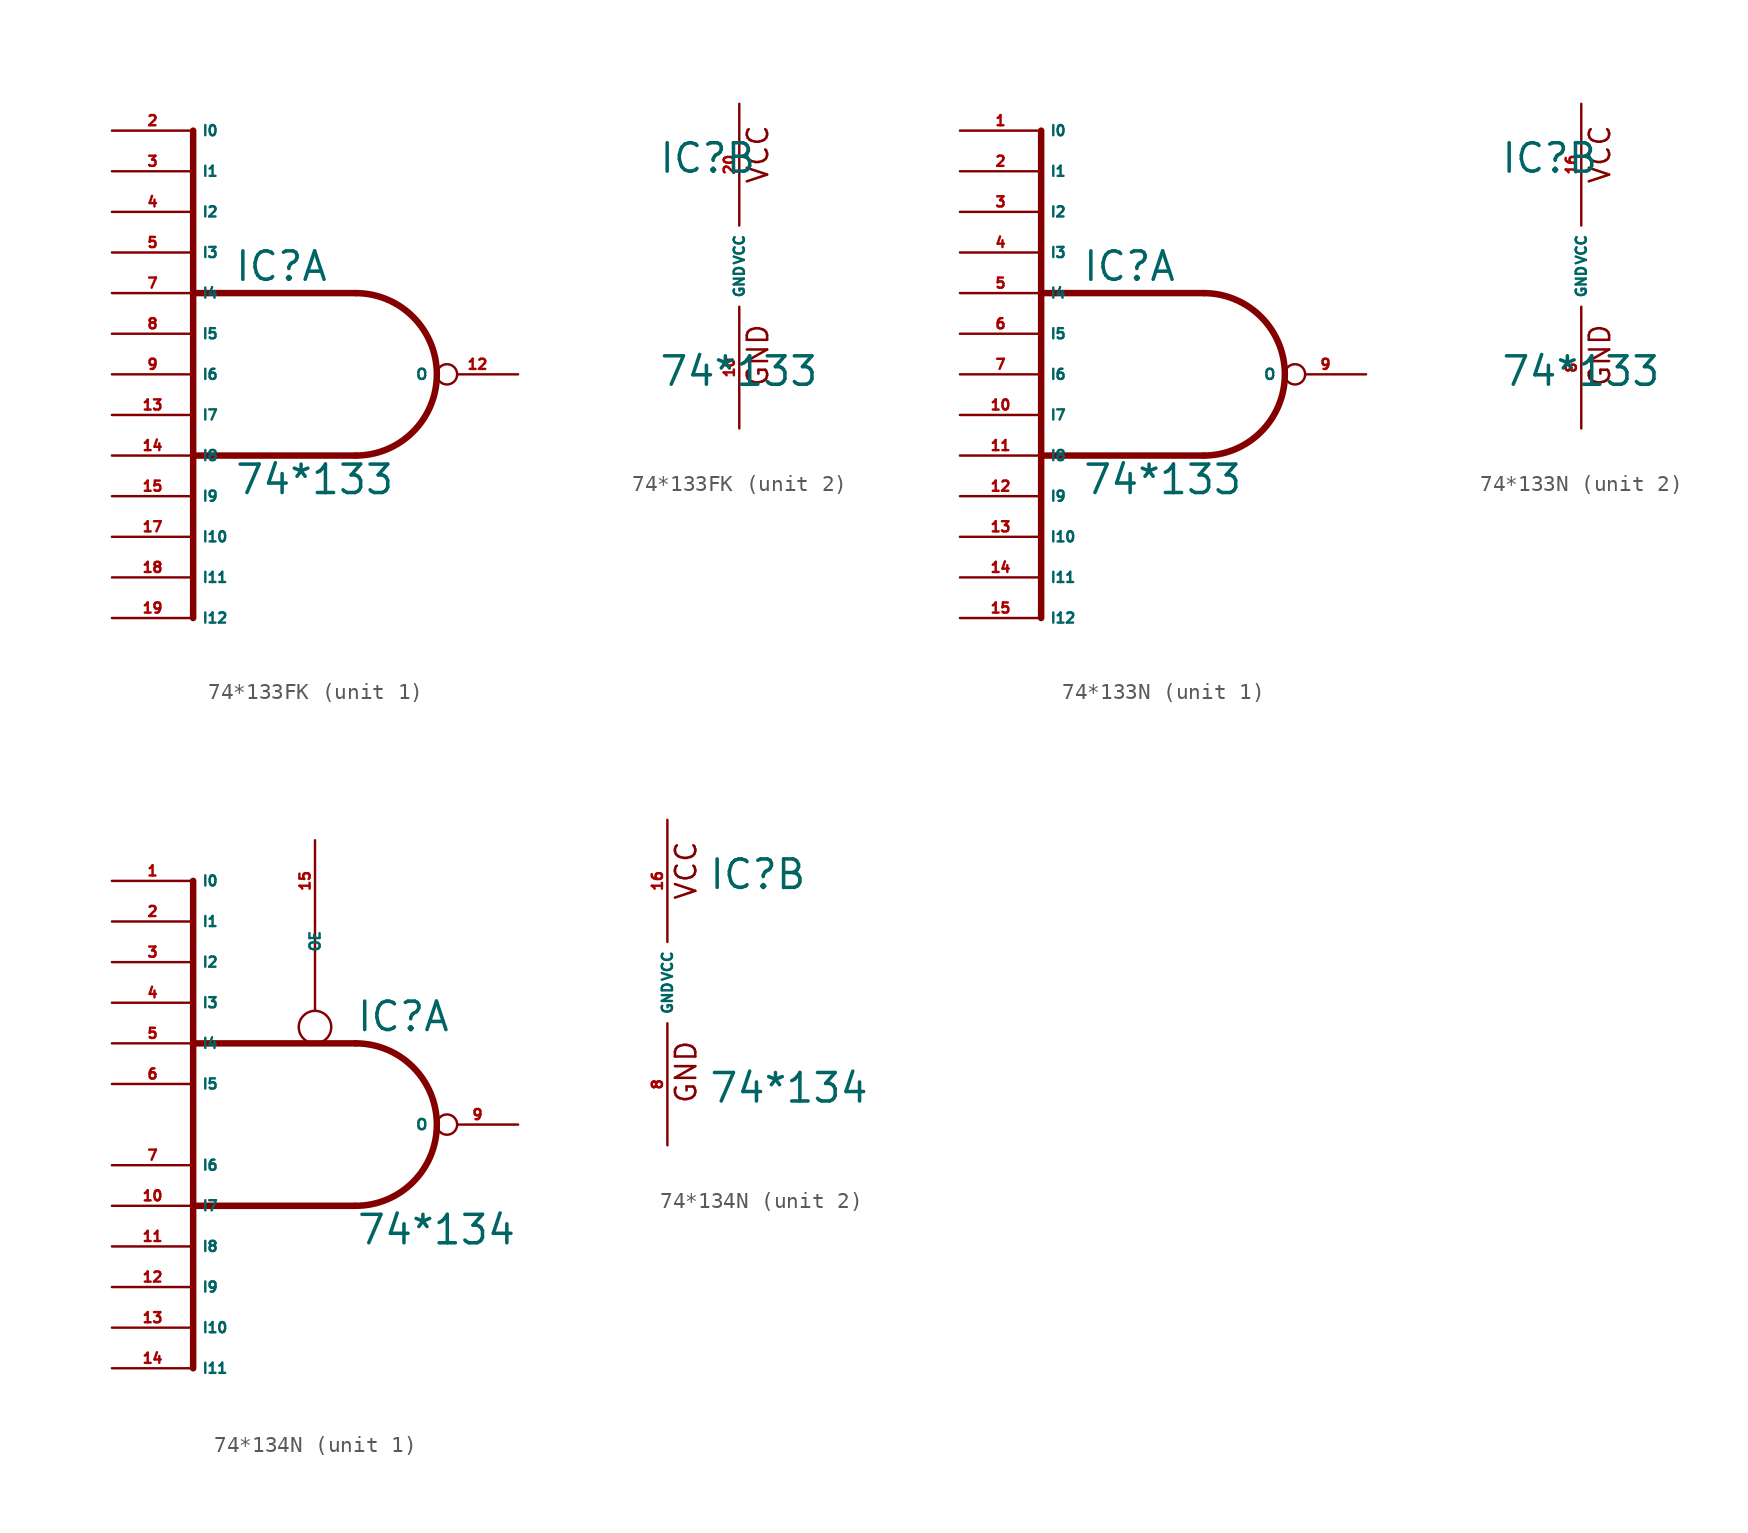
<source format=kicad_sym>
(kicad_symbol_lib
  (version 20220914)
  (generator Eagle2Kicad)
  (symbol "74*133FK"
    (property "Reference" "IC"
      (at -5.08 5.715 0)
      (effects (font (size 1.778 1.778) (thickness 0.22)) (justify left bottom)))
    (property "Value" "74*133"
      (at -5.08 -7.62 0)
      (effects (font (size 1.778 1.778) (thickness 0.22)) (justify left bottom)))
    (symbol "74*133FK_1_0"
      (polyline (pts (xy 2.54 5.08) (xy -7.62 5.08)) (stroke (width 0.406) (type default)) (fill (type none)))
      (polyline (pts (xy -7.62 -5.08) (xy 2.54 -5.08)) (stroke (width 0.406) (type default)) (fill (type none)))
      (polyline (pts (xy -7.62 15.24) (xy -7.62 -15.24)) (stroke (width 0.406) (type default)) (fill (type none)))
      (arc (start 2.54 -5.08) (mid 7.620 0.000) (end 2.54 5.08) (stroke (width 0.4064) (type default)) (fill (type none)))
      (pin input line (at -12.7 15.24 0) (length 5.08) (name "I0" (effects (font (size 0.635 0.635) (thickness 0.08)) (justify left bottom))) (number "2" (effects (font (size 0.635 0.635) (thickness 0.08)) (justify left bottom))))
      (pin input line (at -12.7 12.7 0) (length 5.08) (name "I1" (effects (font (size 0.635 0.635) (thickness 0.08)) (justify left bottom))) (number "3" (effects (font (size 0.635 0.635) (thickness 0.08)) (justify left bottom))))
      (pin input line (at -12.7 10.16 0) (length 5.08) (name "I2" (effects (font (size 0.635 0.635) (thickness 0.08)) (justify left bottom))) (number "4" (effects (font (size 0.635 0.635) (thickness 0.08)) (justify left bottom))))
      (pin input line (at -12.7 7.62 0) (length 5.08) (name "I3" (effects (font (size 0.635 0.635) (thickness 0.08)) (justify left bottom))) (number "5" (effects (font (size 0.635 0.635) (thickness 0.08)) (justify left bottom))))
      (pin input line (at -12.7 5.08 0) (length 5.08) (name "I4" (effects (font (size 0.635 0.635) (thickness 0.08)) (justify left bottom))) (number "7" (effects (font (size 0.635 0.635) (thickness 0.08)) (justify left bottom))))
      (pin input line (at -12.7 2.54 0) (length 5.08) (name "I5" (effects (font (size 0.635 0.635) (thickness 0.08)) (justify left bottom))) (number "8" (effects (font (size 0.635 0.635) (thickness 0.08)) (justify left bottom))))
      (pin input line (at -12.7 0 0) (length 5.08) (name "I6" (effects (font (size 0.635 0.635) (thickness 0.08)) (justify left bottom))) (number "9" (effects (font (size 0.635 0.635) (thickness 0.08)) (justify left bottom))))
      (pin output inverted (at 12.7 0 180) (length 5.08) (name "O" (effects (font (size 0.635 0.635) (thickness 0.08)) (justify left bottom))) (number "12" (effects (font (size 0.635 0.635) (thickness 0.08)) (justify left bottom))))
      (pin input line (at -12.7 -2.54 0) (length 5.08) (name "I7" (effects (font (size 0.635 0.635) (thickness 0.08)) (justify left bottom))) (number "13" (effects (font (size 0.635 0.635) (thickness 0.08)) (justify left bottom))))
      (pin input line (at -12.7 -5.08 0) (length 5.08) (name "I8" (effects (font (size 0.635 0.635) (thickness 0.08)) (justify left bottom))) (number "14" (effects (font (size 0.635 0.635) (thickness 0.08)) (justify left bottom))))
      (pin input line (at -12.7 -7.62 0) (length 5.08) (name "I9" (effects (font (size 0.635 0.635) (thickness 0.08)) (justify left bottom))) (number "15" (effects (font (size 0.635 0.635) (thickness 0.08)) (justify left bottom))))
      (pin input line (at -12.7 -10.16 0) (length 5.08) (name "I10" (effects (font (size 0.635 0.635) (thickness 0.08)) (justify left bottom))) (number "17" (effects (font (size 0.635 0.635) (thickness 0.08)) (justify left bottom))))
      (pin input line (at -12.7 -12.7 0) (length 5.08) (name "I11" (effects (font (size 0.635 0.635) (thickness 0.08)) (justify left bottom))) (number "18" (effects (font (size 0.635 0.635) (thickness 0.08)) (justify left bottom))))
      (pin input line (at -12.7 -15.24 0) (length 5.08) (name "I12" (effects (font (size 0.635 0.635) (thickness 0.08)) (justify left bottom))) (number "19" (effects (font (size 0.635 0.635) (thickness 0.08)) (justify left bottom)))))
    (symbol "74*133FK_2_0"
      (text "GND" (at 1.905 -7.62 900) (effects (font (size 1.27 1.27) (thickness 0.16)) (justify left bottom)))
      (text "VCC" (at 1.905 5.08 900) (effects (font (size 1.27 1.27) (thickness 0.16)) (justify left bottom)))
      (pin unspecified line (at 0 -10.16 90) (length 7.62) (name "GND" (effects (font (size 0.635 0.635) (thickness 0.08)) (justify left bottom))) (number "10" (effects (font (size 0.635 0.635) (thickness 0.08)) (justify left bottom))))
      (pin unspecified line (at 0 10.16 270) (length 7.62) (name "VCC" (effects (font (size 0.635 0.635) (thickness 0.08)) (justify left bottom))) (number "20" (effects (font (size 0.635 0.635) (thickness 0.08)) (justify left bottom))))))
  (symbol "74*133N"
    (property "Reference" "IC"
      (at -5.08 5.715 0)
      (effects (font (size 1.778 1.778) (thickness 0.22)) (justify left bottom)))
    (property "Value" "74*133"
      (at -5.08 -7.62 0)
      (effects (font (size 1.778 1.778) (thickness 0.22)) (justify left bottom)))
    (symbol "74*133N_1_0"
      (polyline (pts (xy 2.54 5.08) (xy -7.62 5.08)) (stroke (width 0.406) (type default)) (fill (type none)))
      (polyline (pts (xy -7.62 -5.08) (xy 2.54 -5.08)) (stroke (width 0.406) (type default)) (fill (type none)))
      (polyline (pts (xy -7.62 15.24) (xy -7.62 -15.24)) (stroke (width 0.406) (type default)) (fill (type none)))
      (arc (start 2.54 -5.08) (mid 7.620 0.000) (end 2.54 5.08) (stroke (width 0.4064) (type default)) (fill (type none)))
      (pin input line (at -12.7 15.24 0) (length 5.08) (name "I0" (effects (font (size 0.635 0.635) (thickness 0.08)) (justify left bottom))) (number "1" (effects (font (size 0.635 0.635) (thickness 0.08)) (justify left bottom))))
      (pin input line (at -12.7 12.7 0) (length 5.08) (name "I1" (effects (font (size 0.635 0.635) (thickness 0.08)) (justify left bottom))) (number "2" (effects (font (size 0.635 0.635) (thickness 0.08)) (justify left bottom))))
      (pin input line (at -12.7 10.16 0) (length 5.08) (name "I2" (effects (font (size 0.635 0.635) (thickness 0.08)) (justify left bottom))) (number "3" (effects (font (size 0.635 0.635) (thickness 0.08)) (justify left bottom))))
      (pin input line (at -12.7 7.62 0) (length 5.08) (name "I3" (effects (font (size 0.635 0.635) (thickness 0.08)) (justify left bottom))) (number "4" (effects (font (size 0.635 0.635) (thickness 0.08)) (justify left bottom))))
      (pin input line (at -12.7 5.08 0) (length 5.08) (name "I4" (effects (font (size 0.635 0.635) (thickness 0.08)) (justify left bottom))) (number "5" (effects (font (size 0.635 0.635) (thickness 0.08)) (justify left bottom))))
      (pin input line (at -12.7 2.54 0) (length 5.08) (name "I5" (effects (font (size 0.635 0.635) (thickness 0.08)) (justify left bottom))) (number "6" (effects (font (size 0.635 0.635) (thickness 0.08)) (justify left bottom))))
      (pin input line (at -12.7 0 0) (length 5.08) (name "I6" (effects (font (size 0.635 0.635) (thickness 0.08)) (justify left bottom))) (number "7" (effects (font (size 0.635 0.635) (thickness 0.08)) (justify left bottom))))
      (pin output inverted (at 12.7 0 180) (length 5.08) (name "O" (effects (font (size 0.635 0.635) (thickness 0.08)) (justify left bottom))) (number "9" (effects (font (size 0.635 0.635) (thickness 0.08)) (justify left bottom))))
      (pin input line (at -12.7 -2.54 0) (length 5.08) (name "I7" (effects (font (size 0.635 0.635) (thickness 0.08)) (justify left bottom))) (number "10" (effects (font (size 0.635 0.635) (thickness 0.08)) (justify left bottom))))
      (pin input line (at -12.7 -5.08 0) (length 5.08) (name "I8" (effects (font (size 0.635 0.635) (thickness 0.08)) (justify left bottom))) (number "11" (effects (font (size 0.635 0.635) (thickness 0.08)) (justify left bottom))))
      (pin input line (at -12.7 -7.62 0) (length 5.08) (name "I9" (effects (font (size 0.635 0.635) (thickness 0.08)) (justify left bottom))) (number "12" (effects (font (size 0.635 0.635) (thickness 0.08)) (justify left bottom))))
      (pin input line (at -12.7 -10.16 0) (length 5.08) (name "I10" (effects (font (size 0.635 0.635) (thickness 0.08)) (justify left bottom))) (number "13" (effects (font (size 0.635 0.635) (thickness 0.08)) (justify left bottom))))
      (pin input line (at -12.7 -12.7 0) (length 5.08) (name "I11" (effects (font (size 0.635 0.635) (thickness 0.08)) (justify left bottom))) (number "14" (effects (font (size 0.635 0.635) (thickness 0.08)) (justify left bottom))))
      (pin input line (at -12.7 -15.24 0) (length 5.08) (name "I12" (effects (font (size 0.635 0.635) (thickness 0.08)) (justify left bottom))) (number "15" (effects (font (size 0.635 0.635) (thickness 0.08)) (justify left bottom)))))
    (symbol "74*133N_2_0"
      (text "GND" (at 1.905 -7.62 900) (effects (font (size 1.27 1.27) (thickness 0.16)) (justify left bottom)))
      (text "VCC" (at 1.905 5.08 900) (effects (font (size 1.27 1.27) (thickness 0.16)) (justify left bottom)))
      (pin unspecified line (at 0 -10.16 90) (length 7.62) (name "GND" (effects (font (size 0.635 0.635) (thickness 0.08)) (justify left bottom))) (number "8" (effects (font (size 0.635 0.635) (thickness 0.08)) (justify left bottom))))
      (pin unspecified line (at 0 10.16 270) (length 7.62) (name "VCC" (effects (font (size 0.635 0.635) (thickness 0.08)) (justify left bottom))) (number "16" (effects (font (size 0.635 0.635) (thickness 0.08)) (justify left bottom))))))
  (symbol "74*134N"
    (property "Reference" "IC"
      (at 2.54 5.715 0)
      (effects (font (size 1.778 1.778) (thickness 0.22)) (justify left bottom)))
    (property "Value" "74*134"
      (at 2.54 -7.62 0)
      (effects (font (size 1.778 1.778) (thickness 0.22)) (justify left bottom)))
    (symbol "74*134N_1_0"
      (polyline (pts (xy 2.54 5.08) (xy -7.62 5.08)) (stroke (width 0.406) (type default)) (fill (type none)))
      (polyline (pts (xy -7.62 -5.08) (xy 2.54 -5.08)) (stroke (width 0.406) (type default)) (fill (type none)))
      (polyline (pts (xy -7.62 15.24) (xy -7.62 -15.24)) (stroke (width 0.406) (type default)) (fill (type none)))
      (polyline (pts (xy 0 12.7) (xy 0 7.112)) (stroke (width 0.152) (type default)) (fill (type none)))
      (arc (start 2.54 -5.08) (mid 7.620 0.000) (end 2.54 5.08) (stroke (width 0.4064) (type default)) (fill (type none)))
      (circle (center 0 6.096) (radius 1.016) (stroke (width 0.152) (type default)) (fill (type none)))
      (pin input line (at -12.7 15.24 0) (length 5.08) (name "I0" (effects (font (size 0.635 0.635) (thickness 0.08)) (justify left bottom))) (number "1" (effects (font (size 0.635 0.635) (thickness 0.08)) (justify left bottom))))
      (pin input line (at -12.7 12.7 0) (length 5.08) (name "I1" (effects (font (size 0.635 0.635) (thickness 0.08)) (justify left bottom))) (number "2" (effects (font (size 0.635 0.635) (thickness 0.08)) (justify left bottom))))
      (pin input line (at -12.7 10.16 0) (length 5.08) (name "I2" (effects (font (size 0.635 0.635) (thickness 0.08)) (justify left bottom))) (number "3" (effects (font (size 0.635 0.635) (thickness 0.08)) (justify left bottom))))
      (pin input line (at -12.7 7.62 0) (length 5.08) (name "I3" (effects (font (size 0.635 0.635) (thickness 0.08)) (justify left bottom))) (number "4" (effects (font (size 0.635 0.635) (thickness 0.08)) (justify left bottom))))
      (pin input line (at -12.7 5.08 0) (length 5.08) (name "I4" (effects (font (size 0.635 0.635) (thickness 0.08)) (justify left bottom))) (number "5" (effects (font (size 0.635 0.635) (thickness 0.08)) (justify left bottom))))
      (pin input line (at -12.7 2.54 0) (length 5.08) (name "I5" (effects (font (size 0.635 0.635) (thickness 0.08)) (justify left bottom))) (number "6" (effects (font (size 0.635 0.635) (thickness 0.08)) (justify left bottom))))
      (pin input line (at -12.7 -2.54 0) (length 5.08) (name "I6" (effects (font (size 0.635 0.635) (thickness 0.08)) (justify left bottom))) (number "7" (effects (font (size 0.635 0.635) (thickness 0.08)) (justify left bottom))))
      (pin output inverted (at 12.7 0 180) (length 5.08) (name "O" (effects (font (size 0.635 0.635) (thickness 0.08)) (justify left bottom))) (number "9" (effects (font (size 0.635 0.635) (thickness 0.08)) (justify left bottom))))
      (pin input line (at -12.7 -5.08 0) (length 5.08) (name "I7" (effects (font (size 0.635 0.635) (thickness 0.08)) (justify left bottom))) (number "10" (effects (font (size 0.635 0.635) (thickness 0.08)) (justify left bottom))))
      (pin input line (at -12.7 -7.62 0) (length 5.08) (name "I8" (effects (font (size 0.635 0.635) (thickness 0.08)) (justify left bottom))) (number "11" (effects (font (size 0.635 0.635) (thickness 0.08)) (justify left bottom))))
      (pin input line (at -12.7 -10.16 0) (length 5.08) (name "I9" (effects (font (size 0.635 0.635) (thickness 0.08)) (justify left bottom))) (number "12" (effects (font (size 0.635 0.635) (thickness 0.08)) (justify left bottom))))
      (pin input line (at -12.7 -12.7 0) (length 5.08) (name "I10" (effects (font (size 0.635 0.635) (thickness 0.08)) (justify left bottom))) (number "13" (effects (font (size 0.635 0.635) (thickness 0.08)) (justify left bottom))))
      (pin input line (at -12.7 -15.24 0) (length 5.08) (name "I11" (effects (font (size 0.635 0.635) (thickness 0.08)) (justify left bottom))) (number "14" (effects (font (size 0.635 0.635) (thickness 0.08)) (justify left bottom))))
      (pin input line (at 0 17.78 270) (length 5.08) (name "OE" (effects (font (size 0.635 0.635) (thickness 0.08)) (justify left bottom))) (number "15" (effects (font (size 0.635 0.635) (thickness 0.08)) (justify left bottom)))))
    (symbol "74*134N_2_0"
      (text "GND" (at 1.905 -7.62 900) (effects (font (size 1.27 1.27) (thickness 0.16)) (justify left bottom)))
      (text "VCC" (at 1.905 5.08 900) (effects (font (size 1.27 1.27) (thickness 0.16)) (justify left bottom)))
      (pin unspecified line (at 0 -10.16 90) (length 7.62) (name "GND" (effects (font (size 0.635 0.635) (thickness 0.08)) (justify left bottom))) (number "8" (effects (font (size 0.635 0.635) (thickness 0.08)) (justify left bottom))))
      (pin unspecified line (at 0 10.16 270) (length 7.62) (name "VCC" (effects (font (size 0.635 0.635) (thickness 0.08)) (justify left bottom))) (number "16" (effects (font (size 0.635 0.635) (thickness 0.08)) (justify left bottom)))))))
</source>
